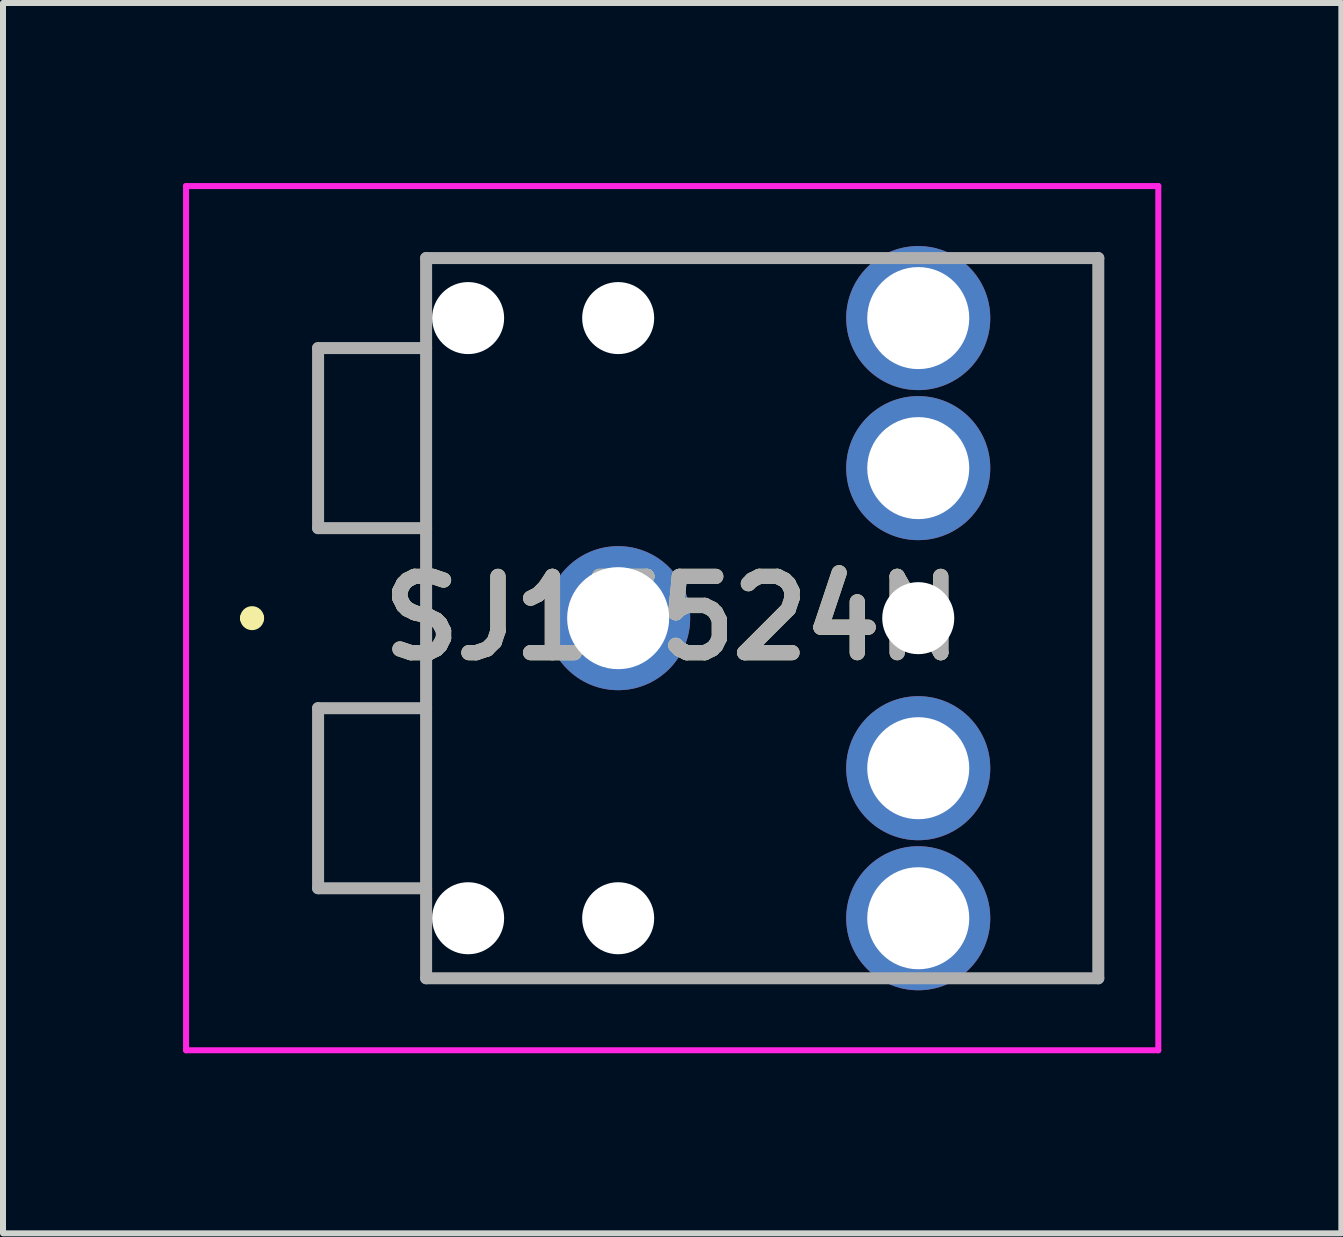
<source format=kicad_pcb>
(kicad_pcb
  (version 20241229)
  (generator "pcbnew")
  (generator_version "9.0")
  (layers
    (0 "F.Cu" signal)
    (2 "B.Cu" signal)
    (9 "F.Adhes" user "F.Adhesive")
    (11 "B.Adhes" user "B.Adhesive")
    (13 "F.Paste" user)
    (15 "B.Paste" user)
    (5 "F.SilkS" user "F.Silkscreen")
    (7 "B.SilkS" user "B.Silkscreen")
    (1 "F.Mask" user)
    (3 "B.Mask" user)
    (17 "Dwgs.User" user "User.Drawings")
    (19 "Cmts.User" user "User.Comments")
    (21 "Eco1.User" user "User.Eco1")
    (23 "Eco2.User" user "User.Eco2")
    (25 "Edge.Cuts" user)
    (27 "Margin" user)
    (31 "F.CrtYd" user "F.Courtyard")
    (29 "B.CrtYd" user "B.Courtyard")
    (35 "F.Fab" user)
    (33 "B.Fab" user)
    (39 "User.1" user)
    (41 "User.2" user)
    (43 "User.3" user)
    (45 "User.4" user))
  (footprint "SJ13524N"
    (layer "F.Cu")
    (at 7.25 7.25)
    (property "Reference" "SJ13524N" (at 0.9 0 0) (layer "F.SilkS") (effects (font (size 1.27 1.27) (thickness 0.254))))
    (attr through_hole)
    (fp_line (start -6.2 0) (end -6.2 0) (stroke (width 0.2) (type solid)) (layer "F.SilkS"))
    (fp_line (start -6 0) (end -6 0) (stroke (width 0.2) (type solid)) (layer "F.SilkS"))
    (fp_line (start -3.2 -6) (end 3.5 -6) (stroke (width 0.1) (type solid)) (layer "F.SilkS"))
    (fp_line (start 3.5 6) (end -3.2 6) (stroke (width 0.1) (type solid)) (layer "F.SilkS"))
    (fp_line (start 8 -6) (end 8 6) (stroke (width 0.1) (type solid)) (layer "F.SilkS"))
    (fp_arc (start -6.2 0) (mid -6.1 -0.1) (end -6 0) (stroke (width 0.2) (type solid)) (layer "F.SilkS"))
    (fp_arc (start -6 0) (mid -6.1 0.1) (end -6.2 0) (stroke (width 0.2) (type solid)) (layer "F.SilkS"))
    (fp_line (start -7.2 -7.2) (end 9 -7.2) (stroke (width 0.1) (type solid)) (layer "F.CrtYd"))
    (fp_line (start -7.2 7.2) (end -7.2 -7.2) (stroke (width 0.1) (type solid)) (layer "F.CrtYd"))
    (fp_line (start 9 -7.2) (end 9 7.2) (stroke (width 0.1) (type solid)) (layer "F.CrtYd"))
    (fp_line (start 9 7.2) (end -7.2 7.2) (stroke (width 0.1) (type solid)) (layer "F.CrtYd"))
    (fp_line (start -5 -4.5) (end -5 -1.5) (stroke (width 0.2) (type solid)) (layer "F.Fab"))
    (fp_line (start -5 -1.5) (end -3.2 -1.5) (stroke (width 0.2) (type solid)) (layer "F.Fab"))
    (fp_line (start -5 1.5) (end -3.2 1.5) (stroke (width 0.2) (type solid)) (layer "F.Fab"))
    (fp_line (start -5 4.5) (end -5 1.5) (stroke (width 0.2) (type solid)) (layer "F.Fab"))
    (fp_line (start -3.2 -6) (end 8 -6) (stroke (width 0.2) (type solid)) (layer "F.Fab"))
    (fp_line (start -3.2 -4.5) (end -5 -4.5) (stroke (width 0.2) (type solid)) (layer "F.Fab"))
    (fp_line (start -3.2 4.5) (end -5 4.5) (stroke (width 0.2) (type solid)) (layer "F.Fab"))
    (fp_line (start -3.2 6) (end -3.2 -6) (stroke (width 0.2) (type solid)) (layer "F.Fab"))
    (fp_line (start 8 -6) (end 8 6) (stroke (width 0.2) (type solid)) (layer "F.Fab"))
    (fp_line (start 8 6) (end -3.2 6) (stroke (width 0.2) (type solid)) (layer "F.Fab"))
    (fp_text user "${REFERENCE}" (at 0.9 0 0) (layer "F.Fab") (effects (font (size 1.27 1.27) (thickness 0.254))))
    (pad "" np_thru_hole circle (at -2.5 -5) (size 1.2 1.2) (drill 1.2) (layers "*.Cu" "*.Mask"))
    (pad "" np_thru_hole circle (at -2.5 5) (size 1.2 1.2) (drill 1.2) (layers "*.Cu" "*.Mask"))
    (pad "" np_thru_hole circle (at 0 -5) (size 1.2 1.2) (drill 1.2) (layers "*.Cu" "*.Mask"))
    (pad "" np_thru_hole circle (at 0 5) (size 1.2 1.2) (drill 1.2) (layers "*.Cu" "*.Mask"))
    (pad "" np_thru_hole circle (at 5 0) (size 1.2 1.2) (drill 1.2) (layers "*.Cu" "*.Mask"))
    (pad "1" thru_hole circle (at 0 0) (size 2.4 2.4) (drill 1.7) (layers "*.Cu" "*.Mask"))
    (pad "2" thru_hole circle (at 5 5) (size 2.4 2.4) (drill 1.7) (layers "*.Cu" "*.Mask"))
    (pad "3" thru_hole circle (at 5 -5) (size 2.4 2.4) (drill 1.7) (layers "*.Cu" "*.Mask"))
    (pad "4" thru_hole circle (at 5 2.5) (size 2.4 2.4) (drill 1.7) (layers "*.Cu" "*.Mask"))
    (pad "5" thru_hole circle (at 5 -2.5) (size 2.4 2.4) (drill 1.7) (layers "*.Cu" "*.Mask")))
  (gr_rect
    (start -3 -3)
    (end 19.3 17.5)
    (stroke (width 0.1) (type default))
    (fill no)
    (layer "Edge.Cuts")))
</source>
